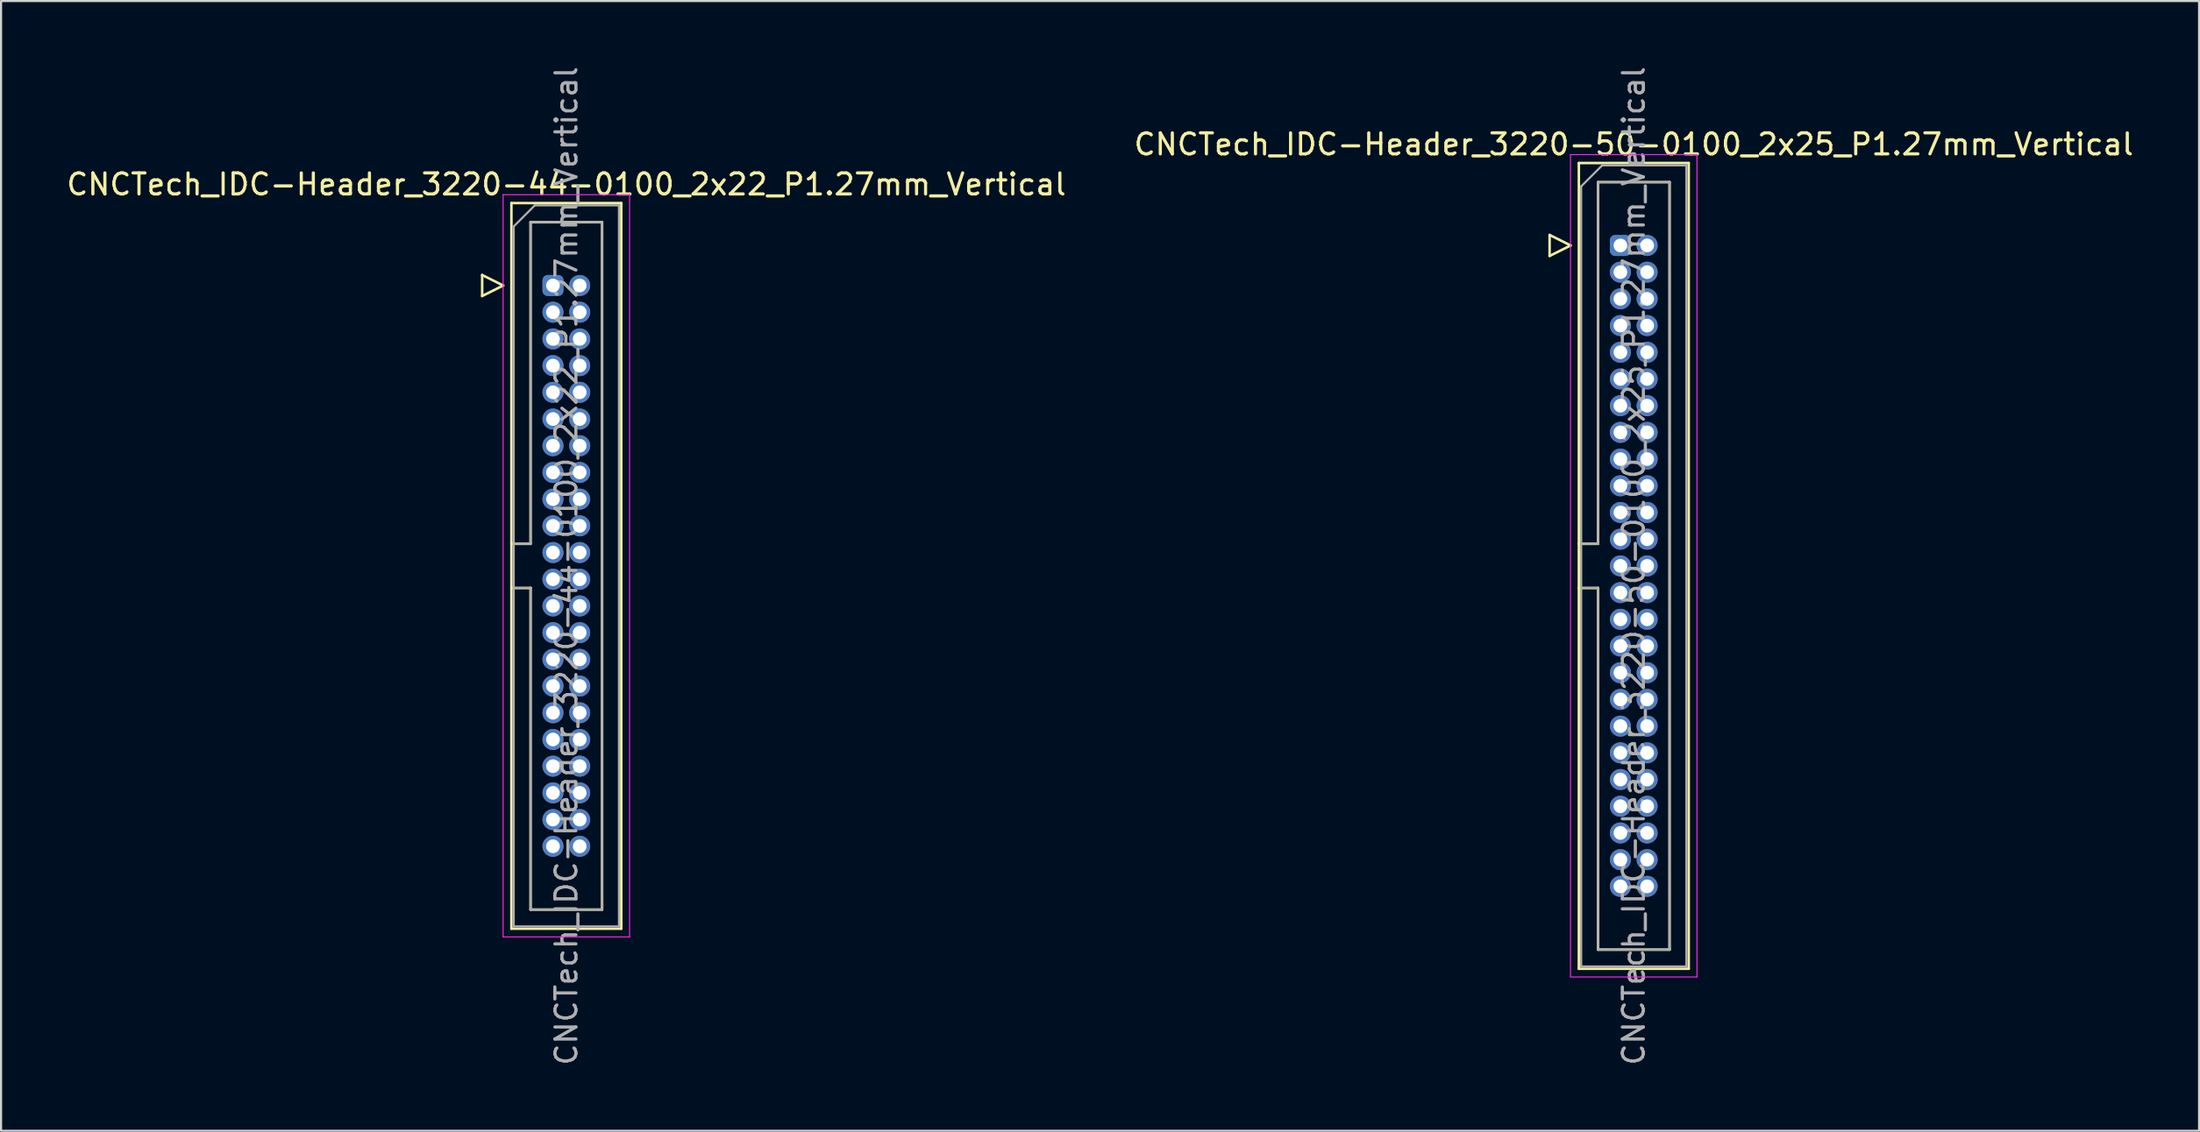
<source format=kicad_pcb>
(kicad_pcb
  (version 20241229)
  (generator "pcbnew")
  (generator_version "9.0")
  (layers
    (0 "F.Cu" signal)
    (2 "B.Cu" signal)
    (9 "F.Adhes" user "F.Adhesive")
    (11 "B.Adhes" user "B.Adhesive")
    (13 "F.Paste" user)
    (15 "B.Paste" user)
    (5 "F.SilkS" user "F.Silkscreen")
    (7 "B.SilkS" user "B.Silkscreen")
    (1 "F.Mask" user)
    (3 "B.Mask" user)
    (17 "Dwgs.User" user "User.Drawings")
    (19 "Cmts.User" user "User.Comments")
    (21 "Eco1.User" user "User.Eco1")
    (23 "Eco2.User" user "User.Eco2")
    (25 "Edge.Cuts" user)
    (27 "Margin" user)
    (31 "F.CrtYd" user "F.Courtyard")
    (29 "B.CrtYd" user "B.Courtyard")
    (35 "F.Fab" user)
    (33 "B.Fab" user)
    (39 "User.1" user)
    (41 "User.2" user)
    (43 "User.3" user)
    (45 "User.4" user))
  (footprint "CNCTech_IDC-Header_3220-50-0100_2x25_P1.27mm_Vertical"
    (layer "F.Cu")
    (at 73.954 8.623)
    (property "Reference" "CNCTech_IDC-Header_3220-50-0100_2x25_P1.27mm_Vertical" (at 0.635 -4.81 0) (layer "F.SilkS") (effects (font (size 1 1) (thickness 0.15))))
    (attr through_hole)
    (fp_line (start -3.365 -0.5) (end -3.365 0.5) (stroke (width 0.12) (type solid)) (layer "F.SilkS"))
    (fp_line (start -3.365 0.5) (end -2.365 0) (stroke (width 0.12) (type solid)) (layer "F.SilkS"))
    (fp_line (start -2.365 0) (end -3.365 -0.5) (stroke (width 0.12) (type solid)) (layer "F.SilkS"))
    (fp_line (start -1.975 -3.92) (end 3.245 -3.92) (stroke (width 0.12) (type solid)) (layer "F.SilkS"))
    (fp_line (start -1.975 14.19) (end -1.065 14.19) (stroke (width 0.12) (type solid)) (layer "F.SilkS"))
    (fp_line (start -1.975 34.4) (end -1.975 -3.92) (stroke (width 0.12) (type solid)) (layer "F.SilkS"))
    (fp_line (start -1.065 -3.01) (end 2.335 -3.01) (stroke (width 0.12) (type solid)) (layer "F.SilkS"))
    (fp_line (start -1.065 14.19) (end -1.065 -3.01) (stroke (width 0.12) (type solid)) (layer "F.SilkS"))
    (fp_line (start -1.065 16.29) (end -1.975 16.29) (stroke (width 0.12) (type solid)) (layer "F.SilkS"))
    (fp_line (start -1.065 16.29) (end -1.065 16.29) (stroke (width 0.12) (type solid)) (layer "F.SilkS"))
    (fp_line (start -1.065 33.49) (end -1.065 16.29) (stroke (width 0.12) (type solid)) (layer "F.SilkS"))
    (fp_line (start 2.335 -3.01) (end 2.335 33.49) (stroke (width 0.12) (type solid)) (layer "F.SilkS"))
    (fp_line (start 2.335 33.49) (end -1.065 33.49) (stroke (width 0.12) (type solid)) (layer "F.SilkS"))
    (fp_line (start 3.245 -3.92) (end 3.245 34.4) (stroke (width 0.12) (type solid)) (layer "F.SilkS"))
    (fp_line (start 3.245 34.4) (end -1.975 34.4) (stroke (width 0.12) (type solid)) (layer "F.SilkS"))
    (fp_line (start -2.37 -4.32) (end -2.37 34.79) (stroke (width 0.05) (type solid)) (layer "F.CrtYd"))
    (fp_line (start -2.37 34.79) (end 3.64 34.79) (stroke (width 0.05) (type solid)) (layer "F.CrtYd"))
    (fp_line (start 3.64 -4.32) (end -2.37 -4.32) (stroke (width 0.05) (type solid)) (layer "F.CrtYd"))
    (fp_line (start 3.64 34.79) (end 3.64 -4.32) (stroke (width 0.05) (type solid)) (layer "F.CrtYd"))
    (fp_line (start -1.865 -2.81) (end -0.865 -3.81) (stroke (width 0.1) (type solid)) (layer "F.Fab"))
    (fp_line (start -1.865 14.19) (end -1.065 14.19) (stroke (width 0.1) (type solid)) (layer "F.Fab"))
    (fp_line (start -1.865 34.29) (end -1.865 -2.81) (stroke (width 0.1) (type solid)) (layer "F.Fab"))
    (fp_line (start -1.065 -3.01) (end 2.335 -3.01) (stroke (width 0.1) (type solid)) (layer "F.Fab"))
    (fp_line (start -1.065 14.19) (end -1.065 -3.01) (stroke (width 0.1) (type solid)) (layer "F.Fab"))
    (fp_line (start -1.065 16.29) (end -1.865 16.29) (stroke (width 0.1) (type solid)) (layer "F.Fab"))
    (fp_line (start -1.065 16.29) (end -1.065 16.29) (stroke (width 0.1) (type solid)) (layer "F.Fab"))
    (fp_line (start -1.065 33.49) (end -1.065 16.29) (stroke (width 0.1) (type solid)) (layer "F.Fab"))
    (fp_line (start -0.865 -3.81) (end 3.135 -3.81) (stroke (width 0.1) (type solid)) (layer "F.Fab"))
    (fp_line (start 2.335 -3.01) (end 2.335 33.49) (stroke (width 0.1) (type solid)) (layer "F.Fab"))
    (fp_line (start 2.335 33.49) (end -1.065 33.49) (stroke (width 0.1) (type solid)) (layer "F.Fab"))
    (fp_line (start 3.135 -3.81) (end 3.135 34.29) (stroke (width 0.1) (type solid)) (layer "F.Fab"))
    (fp_line (start 3.135 34.29) (end -1.865 34.29) (stroke (width 0.1) (type solid)) (layer "F.Fab"))
    (fp_text user "${REFERENCE}" (at 0.635 15.24 90) (layer "F.Fab") (effects (font (size 1 1) (thickness 0.15))))
    (pad "1" thru_hole roundrect (at 0 0) (size 1 1) (drill 0.65) (layers "*.Cu" "*.Mask") (roundrect_rratio 0.25))
    (pad "2" thru_hole circle (at 1.27 0) (size 1 1) (drill 0.65) (layers "*.Cu" "*.Mask"))
    (pad "3" thru_hole circle (at 0 1.27) (size 1 1) (drill 0.65) (layers "*.Cu" "*.Mask"))
    (pad "4" thru_hole circle (at 1.27 1.27) (size 1 1) (drill 0.65) (layers "*.Cu" "*.Mask"))
    (pad "5" thru_hole circle (at 0 2.54) (size 1 1) (drill 0.65) (layers "*.Cu" "*.Mask"))
    (pad "6" thru_hole circle (at 1.27 2.54) (size 1 1) (drill 0.65) (layers "*.Cu" "*.Mask"))
    (pad "7" thru_hole circle (at 0 3.81) (size 1 1) (drill 0.65) (layers "*.Cu" "*.Mask"))
    (pad "8" thru_hole circle (at 1.27 3.81) (size 1 1) (drill 0.65) (layers "*.Cu" "*.Mask"))
    (pad "9" thru_hole circle (at 0 5.08) (size 1 1) (drill 0.65) (layers "*.Cu" "*.Mask"))
    (pad "10" thru_hole circle (at 1.27 5.08) (size 1 1) (drill 0.65) (layers "*.Cu" "*.Mask"))
    (pad "11" thru_hole circle (at 0 6.35) (size 1 1) (drill 0.65) (layers "*.Cu" "*.Mask"))
    (pad "12" thru_hole circle (at 1.27 6.35) (size 1 1) (drill 0.65) (layers "*.Cu" "*.Mask"))
    (pad "13" thru_hole circle (at 0 7.62) (size 1 1) (drill 0.65) (layers "*.Cu" "*.Mask"))
    (pad "14" thru_hole circle (at 1.27 7.62) (size 1 1) (drill 0.65) (layers "*.Cu" "*.Mask"))
    (pad "15" thru_hole circle (at 0 8.89) (size 1 1) (drill 0.65) (layers "*.Cu" "*.Mask"))
    (pad "16" thru_hole circle (at 1.27 8.89) (size 1 1) (drill 0.65) (layers "*.Cu" "*.Mask"))
    (pad "17" thru_hole circle (at 0 10.16) (size 1 1) (drill 0.65) (layers "*.Cu" "*.Mask"))
    (pad "18" thru_hole circle (at 1.27 10.16) (size 1 1) (drill 0.65) (layers "*.Cu" "*.Mask"))
    (pad "19" thru_hole circle (at 0 11.43) (size 1 1) (drill 0.65) (layers "*.Cu" "*.Mask"))
    (pad "20" thru_hole circle (at 1.27 11.43) (size 1 1) (drill 0.65) (layers "*.Cu" "*.Mask"))
    (pad "21" thru_hole circle (at 0 12.7) (size 1 1) (drill 0.65) (layers "*.Cu" "*.Mask"))
    (pad "22" thru_hole circle (at 1.27 12.7) (size 1 1) (drill 0.65) (layers "*.Cu" "*.Mask"))
    (pad "23" thru_hole circle (at 0 13.97) (size 1 1) (drill 0.65) (layers "*.Cu" "*.Mask"))
    (pad "24" thru_hole circle (at 1.27 13.97) (size 1 1) (drill 0.65) (layers "*.Cu" "*.Mask"))
    (pad "25" thru_hole circle (at 0 15.24) (size 1 1) (drill 0.65) (layers "*.Cu" "*.Mask"))
    (pad "26" thru_hole circle (at 1.27 15.24) (size 1 1) (drill 0.65) (layers "*.Cu" "*.Mask"))
    (pad "27" thru_hole circle (at 0 16.51) (size 1 1) (drill 0.65) (layers "*.Cu" "*.Mask"))
    (pad "28" thru_hole circle (at 1.27 16.51) (size 1 1) (drill 0.65) (layers "*.Cu" "*.Mask"))
    (pad "29" thru_hole circle (at 0 17.78) (size 1 1) (drill 0.65) (layers "*.Cu" "*.Mask"))
    (pad "30" thru_hole circle (at 1.27 17.78) (size 1 1) (drill 0.65) (layers "*.Cu" "*.Mask"))
    (pad "31" thru_hole circle (at 0 19.05) (size 1 1) (drill 0.65) (layers "*.Cu" "*.Mask"))
    (pad "32" thru_hole circle (at 1.27 19.05) (size 1 1) (drill 0.65) (layers "*.Cu" "*.Mask"))
    (pad "33" thru_hole circle (at 0 20.32) (size 1 1) (drill 0.65) (layers "*.Cu" "*.Mask"))
    (pad "34" thru_hole circle (at 1.27 20.32) (size 1 1) (drill 0.65) (layers "*.Cu" "*.Mask"))
    (pad "35" thru_hole circle (at 0 21.59) (size 1 1) (drill 0.65) (layers "*.Cu" "*.Mask"))
    (pad "36" thru_hole circle (at 1.27 21.59) (size 1 1) (drill 0.65) (layers "*.Cu" "*.Mask"))
    (pad "37" thru_hole circle (at 0 22.86) (size 1 1) (drill 0.65) (layers "*.Cu" "*.Mask"))
    (pad "38" thru_hole circle (at 1.27 22.86) (size 1 1) (drill 0.65) (layers "*.Cu" "*.Mask"))
    (pad "39" thru_hole circle (at 0 24.13) (size 1 1) (drill 0.65) (layers "*.Cu" "*.Mask"))
    (pad "40" thru_hole circle (at 1.27 24.13) (size 1 1) (drill 0.65) (layers "*.Cu" "*.Mask"))
    (pad "41" thru_hole circle (at 0 25.4) (size 1 1) (drill 0.65) (layers "*.Cu" "*.Mask"))
    (pad "42" thru_hole circle (at 1.27 25.4) (size 1 1) (drill 0.65) (layers "*.Cu" "*.Mask"))
    (pad "43" thru_hole circle (at 0 26.67) (size 1 1) (drill 0.65) (layers "*.Cu" "*.Mask"))
    (pad "44" thru_hole circle (at 1.27 26.67) (size 1 1) (drill 0.65) (layers "*.Cu" "*.Mask"))
    (pad "45" thru_hole circle (at 0 27.94) (size 1 1) (drill 0.65) (layers "*.Cu" "*.Mask"))
    (pad "46" thru_hole circle (at 1.27 27.94) (size 1 1) (drill 0.65) (layers "*.Cu" "*.Mask"))
    (pad "47" thru_hole circle (at 0 29.21) (size 1 1) (drill 0.65) (layers "*.Cu" "*.Mask"))
    (pad "48" thru_hole circle (at 1.27 29.21) (size 1 1) (drill 0.65) (layers "*.Cu" "*.Mask"))
    (pad "49" thru_hole circle (at 0 30.48) (size 1 1) (drill 0.65) (layers "*.Cu" "*.Mask"))
    (pad "50" thru_hole circle (at 1.27 30.48) (size 1 1) (drill 0.65) (layers "*.Cu" "*.Mask")))
  (footprint "CNCTech_IDC-Header_3220-44-0100_2x22_P1.27mm_Vertical"
    (layer "F.Cu")
    (at 23.228 10.528)
    (property "Reference" "CNCTech_IDC-Header_3220-44-0100_2x22_P1.27mm_Vertical" (at 0.635 -4.81 0) (layer "F.SilkS") (effects (font (size 1 1) (thickness 0.15))))
    (attr through_hole)
    (fp_line (start -3.365 -0.5) (end -3.365 0.5) (stroke (width 0.12) (type solid)) (layer "F.SilkS"))
    (fp_line (start -3.365 0.5) (end -2.365 0) (stroke (width 0.12) (type solid)) (layer "F.SilkS"))
    (fp_line (start -2.365 0) (end -3.365 -0.5) (stroke (width 0.12) (type solid)) (layer "F.SilkS"))
    (fp_line (start -1.975 -3.92) (end 3.245 -3.92) (stroke (width 0.12) (type solid)) (layer "F.SilkS"))
    (fp_line (start -1.975 12.285) (end -1.065 12.285) (stroke (width 0.12) (type solid)) (layer "F.SilkS"))
    (fp_line (start -1.975 30.59) (end -1.975 -3.92) (stroke (width 0.12) (type solid)) (layer "F.SilkS"))
    (fp_line (start -1.065 -3.01) (end 2.335 -3.01) (stroke (width 0.12) (type solid)) (layer "F.SilkS"))
    (fp_line (start -1.065 12.285) (end -1.065 -3.01) (stroke (width 0.12) (type solid)) (layer "F.SilkS"))
    (fp_line (start -1.065 14.385) (end -1.975 14.385) (stroke (width 0.12) (type solid)) (layer "F.SilkS"))
    (fp_line (start -1.065 14.385) (end -1.065 14.385) (stroke (width 0.12) (type solid)) (layer "F.SilkS"))
    (fp_line (start -1.065 29.68) (end -1.065 14.385) (stroke (width 0.12) (type solid)) (layer "F.SilkS"))
    (fp_line (start 2.335 -3.01) (end 2.335 29.68) (stroke (width 0.12) (type solid)) (layer "F.SilkS"))
    (fp_line (start 2.335 29.68) (end -1.065 29.68) (stroke (width 0.12) (type solid)) (layer "F.SilkS"))
    (fp_line (start 3.245 -3.92) (end 3.245 30.59) (stroke (width 0.12) (type solid)) (layer "F.SilkS"))
    (fp_line (start 3.245 30.59) (end -1.975 30.59) (stroke (width 0.12) (type solid)) (layer "F.SilkS"))
    (fp_line (start -2.37 -4.32) (end -2.37 30.98) (stroke (width 0.05) (type solid)) (layer "F.CrtYd"))
    (fp_line (start -2.37 30.98) (end 3.64 30.98) (stroke (width 0.05) (type solid)) (layer "F.CrtYd"))
    (fp_line (start 3.64 -4.32) (end -2.37 -4.32) (stroke (width 0.05) (type solid)) (layer "F.CrtYd"))
    (fp_line (start 3.64 30.98) (end 3.64 -4.32) (stroke (width 0.05) (type solid)) (layer "F.CrtYd"))
    (fp_line (start -1.865 -2.81) (end -0.865 -3.81) (stroke (width 0.1) (type solid)) (layer "F.Fab"))
    (fp_line (start -1.865 12.285) (end -1.065 12.285) (stroke (width 0.1) (type solid)) (layer "F.Fab"))
    (fp_line (start -1.865 30.48) (end -1.865 -2.81) (stroke (width 0.1) (type solid)) (layer "F.Fab"))
    (fp_line (start -1.065 -3.01) (end 2.335 -3.01) (stroke (width 0.1) (type solid)) (layer "F.Fab"))
    (fp_line (start -1.065 12.285) (end -1.065 -3.01) (stroke (width 0.1) (type solid)) (layer "F.Fab"))
    (fp_line (start -1.065 14.385) (end -1.865 14.385) (stroke (width 0.1) (type solid)) (layer "F.Fab"))
    (fp_line (start -1.065 14.385) (end -1.065 14.385) (stroke (width 0.1) (type solid)) (layer "F.Fab"))
    (fp_line (start -1.065 29.68) (end -1.065 14.385) (stroke (width 0.1) (type solid)) (layer "F.Fab"))
    (fp_line (start -0.865 -3.81) (end 3.135 -3.81) (stroke (width 0.1) (type solid)) (layer "F.Fab"))
    (fp_line (start 2.335 -3.01) (end 2.335 29.68) (stroke (width 0.1) (type solid)) (layer "F.Fab"))
    (fp_line (start 2.335 29.68) (end -1.065 29.68) (stroke (width 0.1) (type solid)) (layer "F.Fab"))
    (fp_line (start 3.135 -3.81) (end 3.135 30.48) (stroke (width 0.1) (type solid)) (layer "F.Fab"))
    (fp_line (start 3.135 30.48) (end -1.865 30.48) (stroke (width 0.1) (type solid)) (layer "F.Fab"))
    (fp_text user "${REFERENCE}" (at 0.635 13.335 90) (layer "F.Fab") (effects (font (size 1 1) (thickness 0.15))))
    (pad "1" thru_hole roundrect (at 0 0) (size 1 1) (drill 0.65) (layers "*.Cu" "*.Mask") (roundrect_rratio 0.25))
    (pad "2" thru_hole circle (at 1.27 0) (size 1 1) (drill 0.65) (layers "*.Cu" "*.Mask"))
    (pad "3" thru_hole circle (at 0 1.27) (size 1 1) (drill 0.65) (layers "*.Cu" "*.Mask"))
    (pad "4" thru_hole circle (at 1.27 1.27) (size 1 1) (drill 0.65) (layers "*.Cu" "*.Mask"))
    (pad "5" thru_hole circle (at 0 2.54) (size 1 1) (drill 0.65) (layers "*.Cu" "*.Mask"))
    (pad "6" thru_hole circle (at 1.27 2.54) (size 1 1) (drill 0.65) (layers "*.Cu" "*.Mask"))
    (pad "7" thru_hole circle (at 0 3.81) (size 1 1) (drill 0.65) (layers "*.Cu" "*.Mask"))
    (pad "8" thru_hole circle (at 1.27 3.81) (size 1 1) (drill 0.65) (layers "*.Cu" "*.Mask"))
    (pad "9" thru_hole circle (at 0 5.08) (size 1 1) (drill 0.65) (layers "*.Cu" "*.Mask"))
    (pad "10" thru_hole circle (at 1.27 5.08) (size 1 1) (drill 0.65) (layers "*.Cu" "*.Mask"))
    (pad "11" thru_hole circle (at 0 6.35) (size 1 1) (drill 0.65) (layers "*.Cu" "*.Mask"))
    (pad "12" thru_hole circle (at 1.27 6.35) (size 1 1) (drill 0.65) (layers "*.Cu" "*.Mask"))
    (pad "13" thru_hole circle (at 0 7.62) (size 1 1) (drill 0.65) (layers "*.Cu" "*.Mask"))
    (pad "14" thru_hole circle (at 1.27 7.62) (size 1 1) (drill 0.65) (layers "*.Cu" "*.Mask"))
    (pad "15" thru_hole circle (at 0 8.89) (size 1 1) (drill 0.65) (layers "*.Cu" "*.Mask"))
    (pad "16" thru_hole circle (at 1.27 8.89) (size 1 1) (drill 0.65) (layers "*.Cu" "*.Mask"))
    (pad "17" thru_hole circle (at 0 10.16) (size 1 1) (drill 0.65) (layers "*.Cu" "*.Mask"))
    (pad "18" thru_hole circle (at 1.27 10.16) (size 1 1) (drill 0.65) (layers "*.Cu" "*.Mask"))
    (pad "19" thru_hole circle (at 0 11.43) (size 1 1) (drill 0.65) (layers "*.Cu" "*.Mask"))
    (pad "20" thru_hole circle (at 1.27 11.43) (size 1 1) (drill 0.65) (layers "*.Cu" "*.Mask"))
    (pad "21" thru_hole circle (at 0 12.7) (size 1 1) (drill 0.65) (layers "*.Cu" "*.Mask"))
    (pad "22" thru_hole circle (at 1.27 12.7) (size 1 1) (drill 0.65) (layers "*.Cu" "*.Mask"))
    (pad "23" thru_hole circle (at 0 13.97) (size 1 1) (drill 0.65) (layers "*.Cu" "*.Mask"))
    (pad "24" thru_hole circle (at 1.27 13.97) (size 1 1) (drill 0.65) (layers "*.Cu" "*.Mask"))
    (pad "25" thru_hole circle (at 0 15.24) (size 1 1) (drill 0.65) (layers "*.Cu" "*.Mask"))
    (pad "26" thru_hole circle (at 1.27 15.24) (size 1 1) (drill 0.65) (layers "*.Cu" "*.Mask"))
    (pad "27" thru_hole circle (at 0 16.51) (size 1 1) (drill 0.65) (layers "*.Cu" "*.Mask"))
    (pad "28" thru_hole circle (at 1.27 16.51) (size 1 1) (drill 0.65) (layers "*.Cu" "*.Mask"))
    (pad "29" thru_hole circle (at 0 17.78) (size 1 1) (drill 0.65) (layers "*.Cu" "*.Mask"))
    (pad "30" thru_hole circle (at 1.27 17.78) (size 1 1) (drill 0.65) (layers "*.Cu" "*.Mask"))
    (pad "31" thru_hole circle (at 0 19.05) (size 1 1) (drill 0.65) (layers "*.Cu" "*.Mask"))
    (pad "32" thru_hole circle (at 1.27 19.05) (size 1 1) (drill 0.65) (layers "*.Cu" "*.Mask"))
    (pad "33" thru_hole circle (at 0 20.32) (size 1 1) (drill 0.65) (layers "*.Cu" "*.Mask"))
    (pad "34" thru_hole circle (at 1.27 20.32) (size 1 1) (drill 0.65) (layers "*.Cu" "*.Mask"))
    (pad "35" thru_hole circle (at 0 21.59) (size 1 1) (drill 0.65) (layers "*.Cu" "*.Mask"))
    (pad "36" thru_hole circle (at 1.27 21.59) (size 1 1) (drill 0.65) (layers "*.Cu" "*.Mask"))
    (pad "37" thru_hole circle (at 0 22.86) (size 1 1) (drill 0.65) (layers "*.Cu" "*.Mask"))
    (pad "38" thru_hole circle (at 1.27 22.86) (size 1 1) (drill 0.65) (layers "*.Cu" "*.Mask"))
    (pad "39" thru_hole circle (at 0 24.13) (size 1 1) (drill 0.65) (layers "*.Cu" "*.Mask"))
    (pad "40" thru_hole circle (at 1.27 24.13) (size 1 1) (drill 0.65) (layers "*.Cu" "*.Mask"))
    (pad "41" thru_hole circle (at 0 25.4) (size 1 1) (drill 0.65) (layers "*.Cu" "*.Mask"))
    (pad "42" thru_hole circle (at 1.27 25.4) (size 1 1) (drill 0.65) (layers "*.Cu" "*.Mask"))
    (pad "43" thru_hole circle (at 0 26.67) (size 1 1) (drill 0.65) (layers "*.Cu" "*.Mask"))
    (pad "44" thru_hole circle (at 1.27 26.67) (size 1 1) (drill 0.65) (layers "*.Cu" "*.Mask")))
  (gr_rect
    (start -3 -3)
    (end 101.452 50.726)
    (stroke (width 0.1) (type default))
    (fill no)
    (layer "Edge.Cuts")))
</source>
